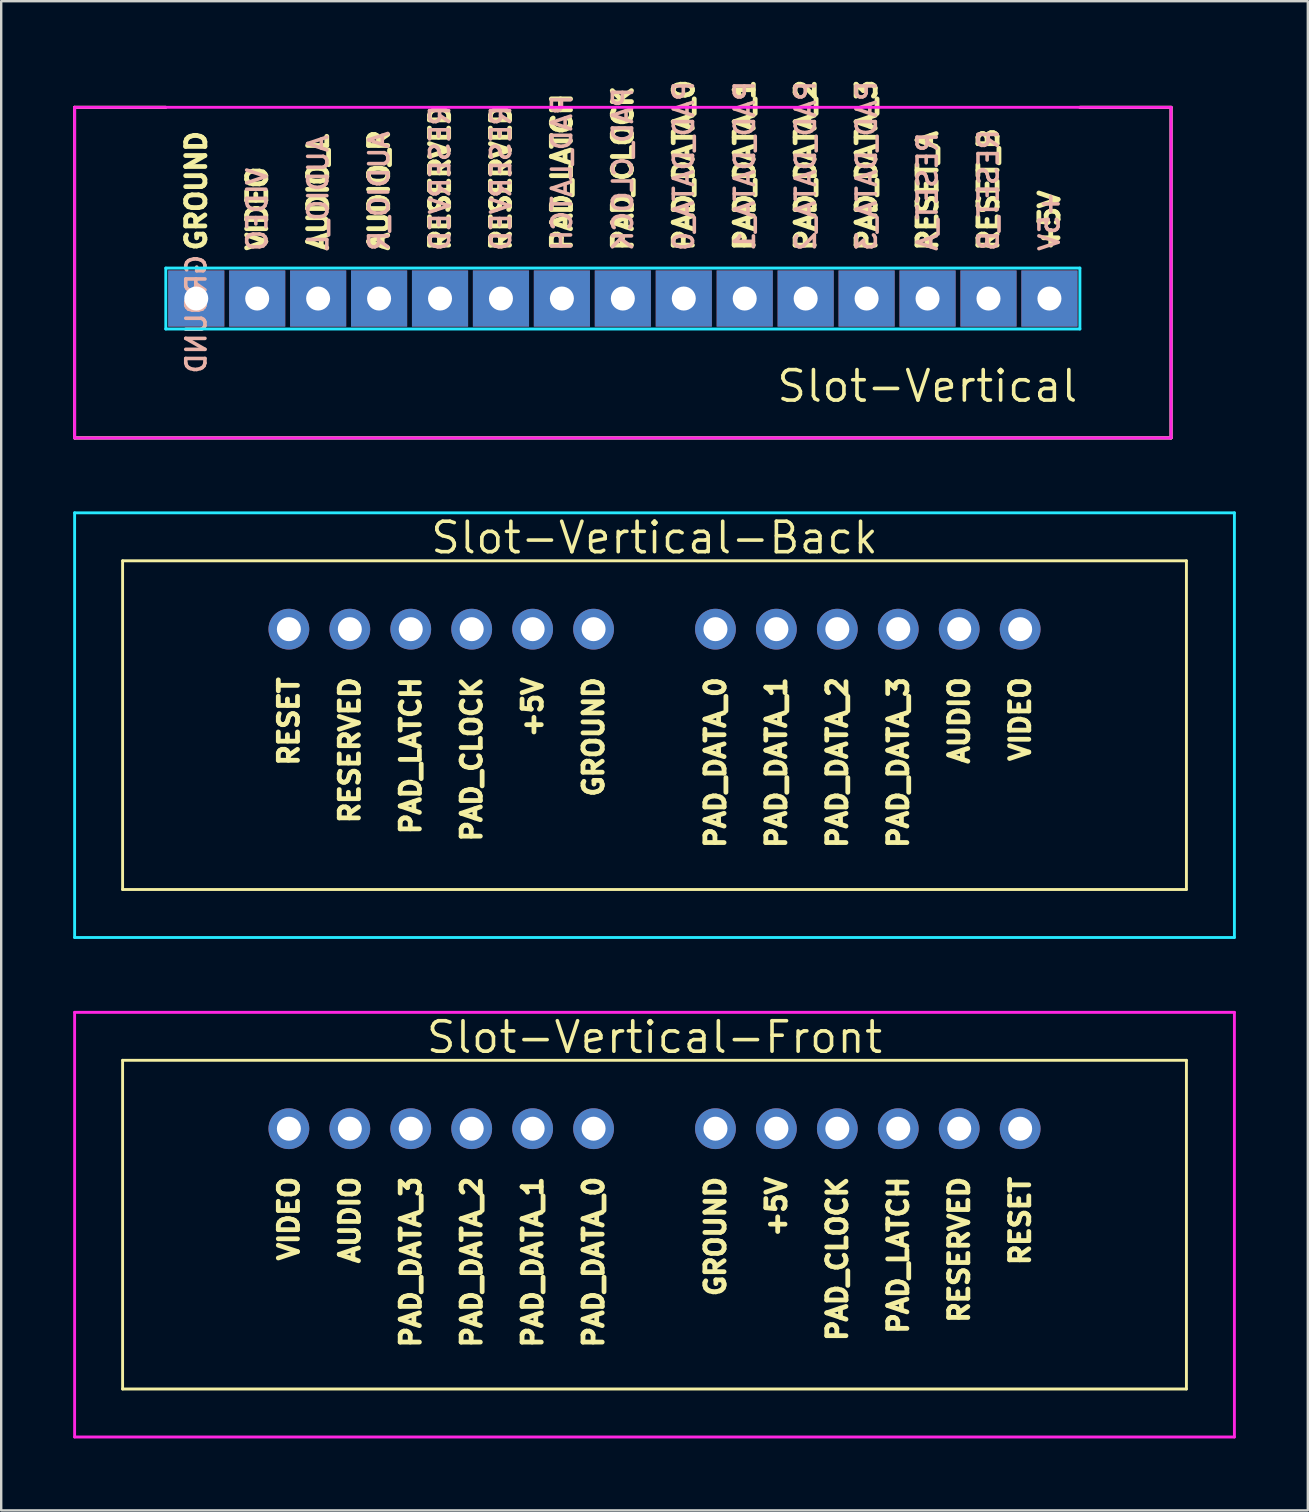
<source format=kicad_pcb>
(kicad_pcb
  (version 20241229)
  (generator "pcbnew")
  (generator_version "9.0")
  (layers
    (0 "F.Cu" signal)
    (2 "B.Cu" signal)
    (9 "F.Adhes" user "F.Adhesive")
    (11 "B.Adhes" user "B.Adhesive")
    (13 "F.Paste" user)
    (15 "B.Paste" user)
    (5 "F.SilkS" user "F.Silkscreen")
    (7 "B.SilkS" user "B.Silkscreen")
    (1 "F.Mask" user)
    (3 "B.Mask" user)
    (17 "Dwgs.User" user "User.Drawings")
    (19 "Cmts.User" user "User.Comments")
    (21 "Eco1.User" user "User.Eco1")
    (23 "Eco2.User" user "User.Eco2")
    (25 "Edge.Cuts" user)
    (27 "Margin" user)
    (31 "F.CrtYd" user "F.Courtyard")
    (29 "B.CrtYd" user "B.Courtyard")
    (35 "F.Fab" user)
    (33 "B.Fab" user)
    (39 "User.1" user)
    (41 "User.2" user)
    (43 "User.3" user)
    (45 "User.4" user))
  (footprint "Slot-Vertical-Back"
    (layer "F.Cu")
    (at 24.23 23.174)
    (property "Reference" "Slot-Vertical-Back" (at 0 -3.81 0) (layer "F.SilkS") (effects (font (size 1.27 1.27) (thickness 0.15))))
    (attr through_hole)
    (fp_line (start -22.17 -2.85) (end -22.17 10.85) (stroke (width 0.12) (type solid)) (layer "F.SilkS"))
    (fp_line (start -22.17 -2.85) (end 22.17 -2.85) (stroke (width 0.12) (type solid)) (layer "F.SilkS"))
    (fp_line (start -22.17 10.85) (end 22.17 10.85) (stroke (width 0.12) (type solid)) (layer "F.SilkS"))
    (fp_line (start 22.17 -2.85) (end 22.17 10.85) (stroke (width 0.12) (type solid)) (layer "F.SilkS"))
    (fp_line (start -24.17 -4.85) (end 24.17 -4.85) (stroke (width 0.12) (type solid)) (layer "B.CrtYd"))
    (fp_line (start -24.17 12.85) (end -24.17 -4.85) (stroke (width 0.12) (type solid)) (layer "B.CrtYd"))
    (fp_line (start -24.17 12.85) (end 24.17 12.85) (stroke (width 0.12) (type solid)) (layer "B.CrtYd"))
    (fp_line (start 24.17 -4.85) (end 24.17 12.85) (stroke (width 0.12) (type solid)) (layer "B.CrtYd"))
    (fp_text user "VIDEO" (at 15.24 1.905 90) (layer "F.SilkS") (effects (font (size 0.8 0.8) (thickness 0.2)) (justify right)))
    (fp_text user "GROUND" (at -2.54 1.905 90) (layer "F.SilkS") (effects (font (size 0.8 0.8) (thickness 0.2)) (justify right)))
    (fp_text user "PAD_DATA_3" (at 10.16 1.905 90) (layer "F.SilkS") (effects (font (size 0.8 0.8) (thickness 0.2)) (justify right)))
    (fp_text user "AUDIO" (at 12.7 1.905 90) (layer "F.SilkS") (effects (font (size 0.8 0.8) (thickness 0.2)) (justify right)))
    (fp_text user "PAD_DATA_1" (at 5.08 1.905 90) (layer "F.SilkS") (effects (font (size 0.8 0.8) (thickness 0.2)) (justify right)))
    (fp_text user "RESERVED" (at -12.7 1.905 90) (layer "F.SilkS") (effects (font (size 0.8 0.8) (thickness 0.2)) (justify right)))
    (fp_text user "PAD_DATA_0" (at 2.54 1.905 90) (layer "F.SilkS") (effects (font (size 0.8 0.8) (thickness 0.2)) (justify right)))
    (fp_text user "PAD_LATCH" (at -10.16 1.905 90) (layer "F.SilkS") (effects (font (size 0.8 0.8) (thickness 0.2)) (justify right)))
    (fp_text user "RESET" (at -15.24 1.905 90) (layer "F.SilkS") (effects (font (size 0.8 0.8) (thickness 0.2)) (justify right)))
    (fp_text user "+5V" (at -5.08 1.905 90) (layer "F.SilkS") (effects (font (size 0.8 0.8) (thickness 0.2)) (justify right)))
    (fp_text user "PAD_CLOCK" (at -7.62 1.905 90) (layer "F.SilkS") (effects (font (size 0.8 0.8) (thickness 0.2)) (justify right)))
    (fp_text user "PAD_DATA_2" (at 7.62 1.905 90) (layer "F.SilkS") (effects (font (size 0.8 0.8) (thickness 0.2)) (justify right)))
    (pad "1" thru_hole circle (at 15.24 0) (size 1.7 1.7) (drill 1) (layers "*.Cu" "*.Mask"))
    (pad "2" thru_hole circle (at 12.7 0) (size 1.7 1.7) (drill 1) (layers "*.Cu" "*.Mask"))
    (pad "3" thru_hole circle (at 10.16 0) (size 1.7 1.7) (drill 1) (layers "*.Cu" "*.Mask"))
    (pad "4" thru_hole circle (at 7.62 0) (size 1.7 1.7) (drill 1) (layers "*.Cu" "*.Mask"))
    (pad "5" thru_hole circle (at 5.08 0) (size 1.7 1.7) (drill 1) (layers "*.Cu" "*.Mask"))
    (pad "6" thru_hole circle (at 2.54 0) (size 1.7 1.7) (drill 1) (layers "*.Cu" "*.Mask"))
    (pad "7" thru_hole circle (at -2.54 0) (size 1.7 1.7) (drill 1) (layers "*.Cu" "*.Mask"))
    (pad "8" thru_hole circle (at -5.08 0) (size 1.7 1.7) (drill 1) (layers "*.Cu" "*.Mask"))
    (pad "9" thru_hole circle (at -7.62 0) (size 1.7 1.7) (drill 1) (layers "*.Cu" "*.Mask"))
    (pad "10" thru_hole circle (at -10.16 0) (size 1.7 1.7) (drill 1) (layers "*.Cu" "*.Mask"))
    (pad "11" thru_hole circle (at -12.7 0) (size 1.7 1.7) (drill 1) (layers "*.Cu" "*.Mask"))
    (pad "12" thru_hole circle (at -15.24 0) (size 1.7 1.7) (drill 1) (layers "*.Cu" "*.Mask")))
  (footprint "Slot-Vertical"
    (layer "F.Cu")
    (at 22.91 9.393)
    (property "Reference" "Slot-Vertical" (at 19.05 3.651 0) (layer "F.SilkS") (effects (font (size 1.27 1.27) (thickness 0.15)) (justify right)))
    (attr through_hole)
    (fp_line (start -22.85 -7.97) (end -22.85 5.81) (stroke (width 0.12) (type solid)) (layer "F.SilkS"))
    (fp_line (start -22.85 -7.97) (end -19.05 -7.97) (stroke (width 0.12) (type solid)) (layer "F.SilkS"))
    (fp_line (start -22.85 5.81) (end 22.85 5.81) (stroke (width 0.12) (type solid)) (layer "F.SilkS"))
    (fp_line (start 19.05 -7.97) (end 22.85 -7.97) (stroke (width 0.12) (type solid)) (layer "F.SilkS"))
    (fp_line (start 22.85 -7.97) (end 22.85 5.81) (stroke (width 0.12) (type solid)) (layer "F.SilkS"))
    (fp_line (start -22.85 -7.97) (end -19.05 -7.97) (stroke (width 0.12) (type solid)) (layer "B.SilkS"))
    (fp_line (start -22.85 5.81) (end -22.85 -7.97) (stroke (width 0.12) (type solid)) (layer "B.SilkS"))
    (fp_line (start -22.85 5.81) (end 22.85 5.81) (stroke (width 0.12) (type solid)) (layer "B.SilkS"))
    (fp_line (start 19.05 -7.97) (end 22.85 -7.97) (stroke (width 0.12) (type solid)) (layer "B.SilkS"))
    (fp_line (start 22.85 -7.97) (end 22.85 5.81) (stroke (width 0.12) (type solid)) (layer "B.SilkS"))
    (fp_line (start -19.05 -1.27) (end -19.05 1.27) (stroke (width 0.12) (type solid)) (layer "B.CrtYd"))
    (fp_line (start -19.05 1.27) (end 19.05 1.27) (stroke (width 0.12) (type solid)) (layer "B.CrtYd"))
    (fp_line (start 19.05 -1.27) (end -19.05 -1.27) (stroke (width 0.12) (type solid)) (layer "B.CrtYd"))
    (fp_line (start 19.05 1.27) (end 19.05 -1.27) (stroke (width 0.12) (type solid)) (layer "B.CrtYd"))
    (fp_line (start -22.85 -7.97) (end -22.85 5.81) (stroke (width 0.12) (type solid)) (layer "F.CrtYd"))
    (fp_line (start 22.85 -7.97) (end -22.85 -7.97) (stroke (width 0.12) (type solid)) (layer "F.CrtYd"))
    (fp_line (start 22.85 -7.97) (end 22.85 5.81) (stroke (width 0.12) (type solid)) (layer "F.CrtYd"))
    (fp_line (start 22.85 5.81) (end -22.85 5.811) (stroke (width 0.12) (type solid)) (layer "F.CrtYd"))
    (fp_text user "PAD_LATCH" (at -2.54 -1.905 90) (layer "F.SilkS") (effects (font (size 0.8 0.8) (thickness 0.2)) (justify left)))
    (fp_text user "PAD_DATA_2" (at 7.62 -1.905 90) (layer "F.SilkS") (effects (font (size 0.8 0.8) (thickness 0.2)) (justify left)))
    (fp_text user "PAD_DATA_3" (at 10.16 -1.905 90) (layer "F.SilkS") (effects (font (size 0.8 0.8) (thickness 0.2)) (justify left)))
    (fp_text user "RESERVED" (at -5.08 -1.905 90) (layer "F.SilkS") (effects (font (size 0.8 0.8) (thickness 0.2)) (justify left)))
    (fp_text user "AUDIO_R" (at -10.16 -1.905 90) (layer "F.SilkS") (effects (font (size 0.8 0.8) (thickness 0.2)) (justify left)))
    (fp_text user "PAD_DATA_1" (at 5.08 -1.905 90) (layer "F.SilkS") (effects (font (size 0.8 0.8) (thickness 0.2)) (justify left)))
    (fp_text user "AUDIO_L" (at -12.7 -1.905 90) (layer "F.SilkS") (effects (font (size 0.8 0.8) (thickness 0.2)) (justify left)))
    (fp_text user "PAD_CLOCK" (at 0 -1.905 90) (layer "F.SilkS") (effects (font (size 0.8 0.8) (thickness 0.2)) (justify left)))
    (fp_text user "PAD_DATA_0" (at 2.54 -1.905 90) (layer "F.SilkS") (effects (font (size 0.8 0.8) (thickness 0.2)) (justify left)))
    (fp_text user "GROUND" (at -17.78 -1.905 270) (layer "F.SilkS") (effects (font (size 0.8 0.8) (thickness 0.2)) (justify left)))
    (fp_text user "+5V" (at 17.78 -1.905 90) (layer "F.SilkS") (effects (font (size 0.8 0.8) (thickness 0.2)) (justify left)))
    (fp_text user "RESET_B" (at 15.24 -1.905 90) (layer "F.SilkS") (effects (font (size 0.8 0.8) (thickness 0.2)) (justify left)))
    (fp_text user "RESERVED" (at -7.62 -1.905 90) (layer "F.SilkS") (effects (font (size 0.8 0.8) (thickness 0.2)) (justify left)))
    (fp_text user "VIDEO" (at -15.24 -1.905 90) (layer "F.SilkS") (effects (font (size 0.8 0.8) (thickness 0.2)) (justify left)))
    (fp_text user "RESET_A" (at 12.7 -1.905 90) (layer "F.SilkS") (effects (font (size 0.8 0.8) (thickness 0.2)) (justify left)))
    (fp_text user "GROUND" (at -17.78 -1.905 270) (layer "B.SilkS") (effects (font (size 0.8 0.8) (thickness 0.15)) (justify left mirror)))
    (fp_text user "AUDIO_R" (at -10.16 -1.905 90) (layer "B.SilkS") (effects (font (size 0.8 0.8) (thickness 0.15)) (justify right mirror)))
    (fp_text user "+5V" (at 17.78 -1.905 270) (layer "B.SilkS") (effects (font (size 0.8 0.8) (thickness 0.15)) (justify right mirror)))
    (fp_text user "PAD_LATCH" (at -2.54 -1.905 90) (layer "B.SilkS") (effects (font (size 0.8 0.8) (thickness 0.15)) (justify right mirror)))
    (fp_text user "RESERVED" (at -5.08 -1.905 90) (layer "B.SilkS") (effects (font (size 0.8 0.8) (thickness 0.15)) (justify right mirror)))
    (fp_text user "PAD_DATA_0" (at 2.54 -1.905 90) (layer "B.SilkS") (effects (font (size 0.8 0.8) (thickness 0.15)) (justify right mirror)))
    (fp_text user "VIDEO" (at -15.24 -1.905 90) (layer "B.SilkS") (effects (font (size 0.8 0.8) (thickness 0.15)) (justify right mirror)))
    (fp_text user "RESET_B" (at 15.24 -1.905 270) (layer "B.SilkS") (effects (font (size 0.8 0.8) (thickness 0.15)) (justify right mirror)))
    (fp_text user "RESERVED" (at -7.62 -1.905 90) (layer "B.SilkS") (effects (font (size 0.8 0.8) (thickness 0.15)) (justify right mirror)))
    (fp_text user "PAD_DATA_2" (at 7.62 -1.905 270) (layer "B.SilkS") (effects (font (size 0.8 0.8) (thickness 0.15)) (justify right mirror)))
    (fp_text user "AUDIO_L" (at -12.7 -1.905 90) (layer "B.SilkS") (effects (font (size 0.8 0.8) (thickness 0.15)) (justify right mirror)))
    (fp_text user "RESET_A" (at 12.7 -1.905 270) (layer "B.SilkS") (effects (font (size 0.8 0.8) (thickness 0.15)) (justify right mirror)))
    (fp_text user "PAD_DATA_1" (at 5.08 -1.905 270) (layer "B.SilkS") (effects (font (size 0.8 0.8) (thickness 0.15)) (justify right mirror)))
    (fp_text user "PAD_DATA_3" (at 10.16 -1.905 270) (layer "B.SilkS") (effects (font (size 0.8 0.8) (thickness 0.15)) (justify right mirror)))
    (fp_text user "PAD_CLOCK" (at 0 -1.905 90) (layer "B.SilkS") (effects (font (size 0.8 0.8) (thickness 0.15)) (justify right mirror)))
    (pad "1" thru_hole rect (at -17.78 0) (size 2.34 2.34) (drill 1) (layers "*.Cu" "*.Mask"))
    (pad "2" thru_hole rect (at -15.24 0) (size 2.34 2.34) (drill 1) (layers "*.Cu" "*.Mask"))
    (pad "3" thru_hole rect (at -12.7 0) (size 2.34 2.34) (drill 1) (layers "*.Cu" "*.Mask"))
    (pad "4" thru_hole rect (at -10.16 0) (size 2.34 2.34) (drill 1) (layers "*.Cu" "*.Mask"))
    (pad "5" thru_hole rect (at -7.62 0) (size 2.34 2.34) (drill 1) (layers "*.Cu" "*.Mask"))
    (pad "6" thru_hole rect (at -5.08 0) (size 2.34 2.34) (drill 1) (layers "*.Cu" "*.Mask"))
    (pad "7" thru_hole rect (at -2.54 0) (size 2.34 2.34) (drill 1) (layers "*.Cu" "*.Mask"))
    (pad "8" thru_hole rect (at 0 0) (size 2.34 2.34) (drill 1) (layers "*.Cu" "*.Mask"))
    (pad "9" thru_hole rect (at 2.54 0) (size 2.34 2.34) (drill 1) (layers "*.Cu" "*.Mask"))
    (pad "10" thru_hole rect (at 5.08 0) (size 2.34 2.34) (drill 1) (layers "*.Cu" "*.Mask"))
    (pad "11" thru_hole rect (at 7.62 0) (size 2.34 2.34) (drill 1) (layers "*.Cu" "*.Mask"))
    (pad "12" thru_hole rect (at 10.16 0) (size 2.34 2.34) (drill 1) (layers "*.Cu" "*.Mask"))
    (pad "13" thru_hole rect (at 12.7 0) (size 2.34 2.34) (drill 1) (layers "*.Cu" "*.Mask"))
    (pad "14" thru_hole rect (at 15.24 0) (size 2.34 2.34) (drill 1) (layers "*.Cu" "*.Mask"))
    (pad "15" thru_hole rect (at 17.78 0) (size 2.34 2.34) (drill 1) (layers "*.Cu" "*.Mask")))
  (footprint "Slot-Vertical-Front"
    (layer "F.Cu")
    (at 24.23 43.994)
    (property "Reference" "Slot-Vertical-Front" (at 0 -3.81 0) (layer "F.SilkS") (effects (font (size 1.27 1.27) (thickness 0.15))))
    (attr through_hole)
    (fp_line (start -22.17 -2.85) (end -22.17 10.85) (stroke (width 0.12) (type solid)) (layer "F.SilkS"))
    (fp_line (start -22.17 -2.85) (end 22.17 -2.85) (stroke (width 0.12) (type solid)) (layer "F.SilkS"))
    (fp_line (start -22.17 10.85) (end 22.17 10.85) (stroke (width 0.12) (type solid)) (layer "F.SilkS"))
    (fp_line (start 22.17 -2.85) (end 22.17 10.85) (stroke (width 0.12) (type solid)) (layer "F.SilkS"))
    (fp_line (start -24.17 -4.85) (end 24.17 -4.85) (stroke (width 0.12) (type solid)) (layer "F.CrtYd"))
    (fp_line (start -24.17 12.85) (end -24.17 -4.85) (stroke (width 0.12) (type solid)) (layer "F.CrtYd"))
    (fp_line (start -24.17 12.85) (end 24.17 12.85) (stroke (width 0.12) (type solid)) (layer "F.CrtYd"))
    (fp_line (start 24.17 -4.85) (end 24.17 12.85) (stroke (width 0.12) (type solid)) (layer "F.CrtYd"))
    (fp_text user "PAD_DATA_2" (at -7.62 1.905 90) (layer "F.SilkS") (effects (font (size 0.8 0.8) (thickness 0.2)) (justify right)))
    (fp_text user "PAD_DATA_0" (at -2.54 1.905 90) (layer "F.SilkS") (effects (font (size 0.8 0.8) (thickness 0.2)) (justify right)))
    (fp_text user "PAD_CLOCK" (at 7.62 1.905 90) (layer "F.SilkS") (effects (font (size 0.8 0.8) (thickness 0.2)) (justify right)))
    (fp_text user "VIDEO" (at -15.24 1.905 90) (layer "F.SilkS") (effects (font (size 0.8 0.8) (thickness 0.2)) (justify right)))
    (fp_text user "+5V" (at 5.08 1.905 90) (layer "F.SilkS") (effects (font (size 0.8 0.8) (thickness 0.2)) (justify right)))
    (fp_text user "PAD_DATA_1" (at -5.08 1.905 90) (layer "F.SilkS") (effects (font (size 0.8 0.8) (thickness 0.2)) (justify right)))
    (fp_text user "RESET" (at 15.24 1.905 90) (layer "F.SilkS") (effects (font (size 0.8 0.8) (thickness 0.2)) (justify right)))
    (fp_text user "PAD_DATA_3" (at -10.16 1.905 90) (layer "F.SilkS") (effects (font (size 0.8 0.8) (thickness 0.2)) (justify right)))
    (fp_text user "GROUND" (at 2.54 1.905 90) (layer "F.SilkS") (effects (font (size 0.8 0.8) (thickness 0.2)) (justify right)))
    (fp_text user "AUDIO" (at -12.7 1.905 90) (layer "F.SilkS") (effects (font (size 0.8 0.8) (thickness 0.2)) (justify right)))
    (fp_text user "PAD_LATCH" (at 10.16 1.905 90) (layer "F.SilkS") (effects (font (size 0.8 0.8) (thickness 0.2)) (justify right)))
    (fp_text user "RESERVED" (at 12.7 1.905 90) (layer "F.SilkS") (effects (font (size 0.8 0.8) (thickness 0.2)) (justify right)))
    (pad "1" thru_hole circle (at -15.24 0) (size 1.7 1.7) (drill 1) (layers "*.Cu" "*.Mask"))
    (pad "2" thru_hole circle (at -12.7 0) (size 1.7 1.7) (drill 1) (layers "*.Cu" "*.Mask"))
    (pad "3" thru_hole circle (at -10.16 0) (size 1.7 1.7) (drill 1) (layers "*.Cu" "*.Mask"))
    (pad "4" thru_hole circle (at -7.62 0) (size 1.7 1.7) (drill 1) (layers "*.Cu" "*.Mask"))
    (pad "5" thru_hole circle (at -5.08 0) (size 1.7 1.7) (drill 1) (layers "*.Cu" "*.Mask"))
    (pad "6" thru_hole circle (at -2.54 0) (size 1.7 1.7) (drill 1) (layers "*.Cu" "*.Mask"))
    (pad "7" thru_hole circle (at 2.54 0) (size 1.7 1.7) (drill 1) (layers "*.Cu" "*.Mask"))
    (pad "8" thru_hole circle (at 5.08 0) (size 1.7 1.7) (drill 1) (layers "*.Cu" "*.Mask"))
    (pad "9" thru_hole circle (at 7.62 0) (size 1.7 1.7) (drill 1) (layers "*.Cu" "*.Mask"))
    (pad "10" thru_hole circle (at 10.16 0) (size 1.7 1.7) (drill 1) (layers "*.Cu" "*.Mask"))
    (pad "11" thru_hole circle (at 12.7 0) (size 1.7 1.7) (drill 1) (layers "*.Cu" "*.Mask"))
    (pad "12" thru_hole circle (at 15.24 0) (size 1.7 1.7) (drill 1) (layers "*.Cu" "*.Mask")))
  (gr_rect
    (start -3 -3)
    (end 51.46 59.904)
    (stroke (width 0.1) (type default))
    (fill no)
    (layer "Edge.Cuts")))
</source>
